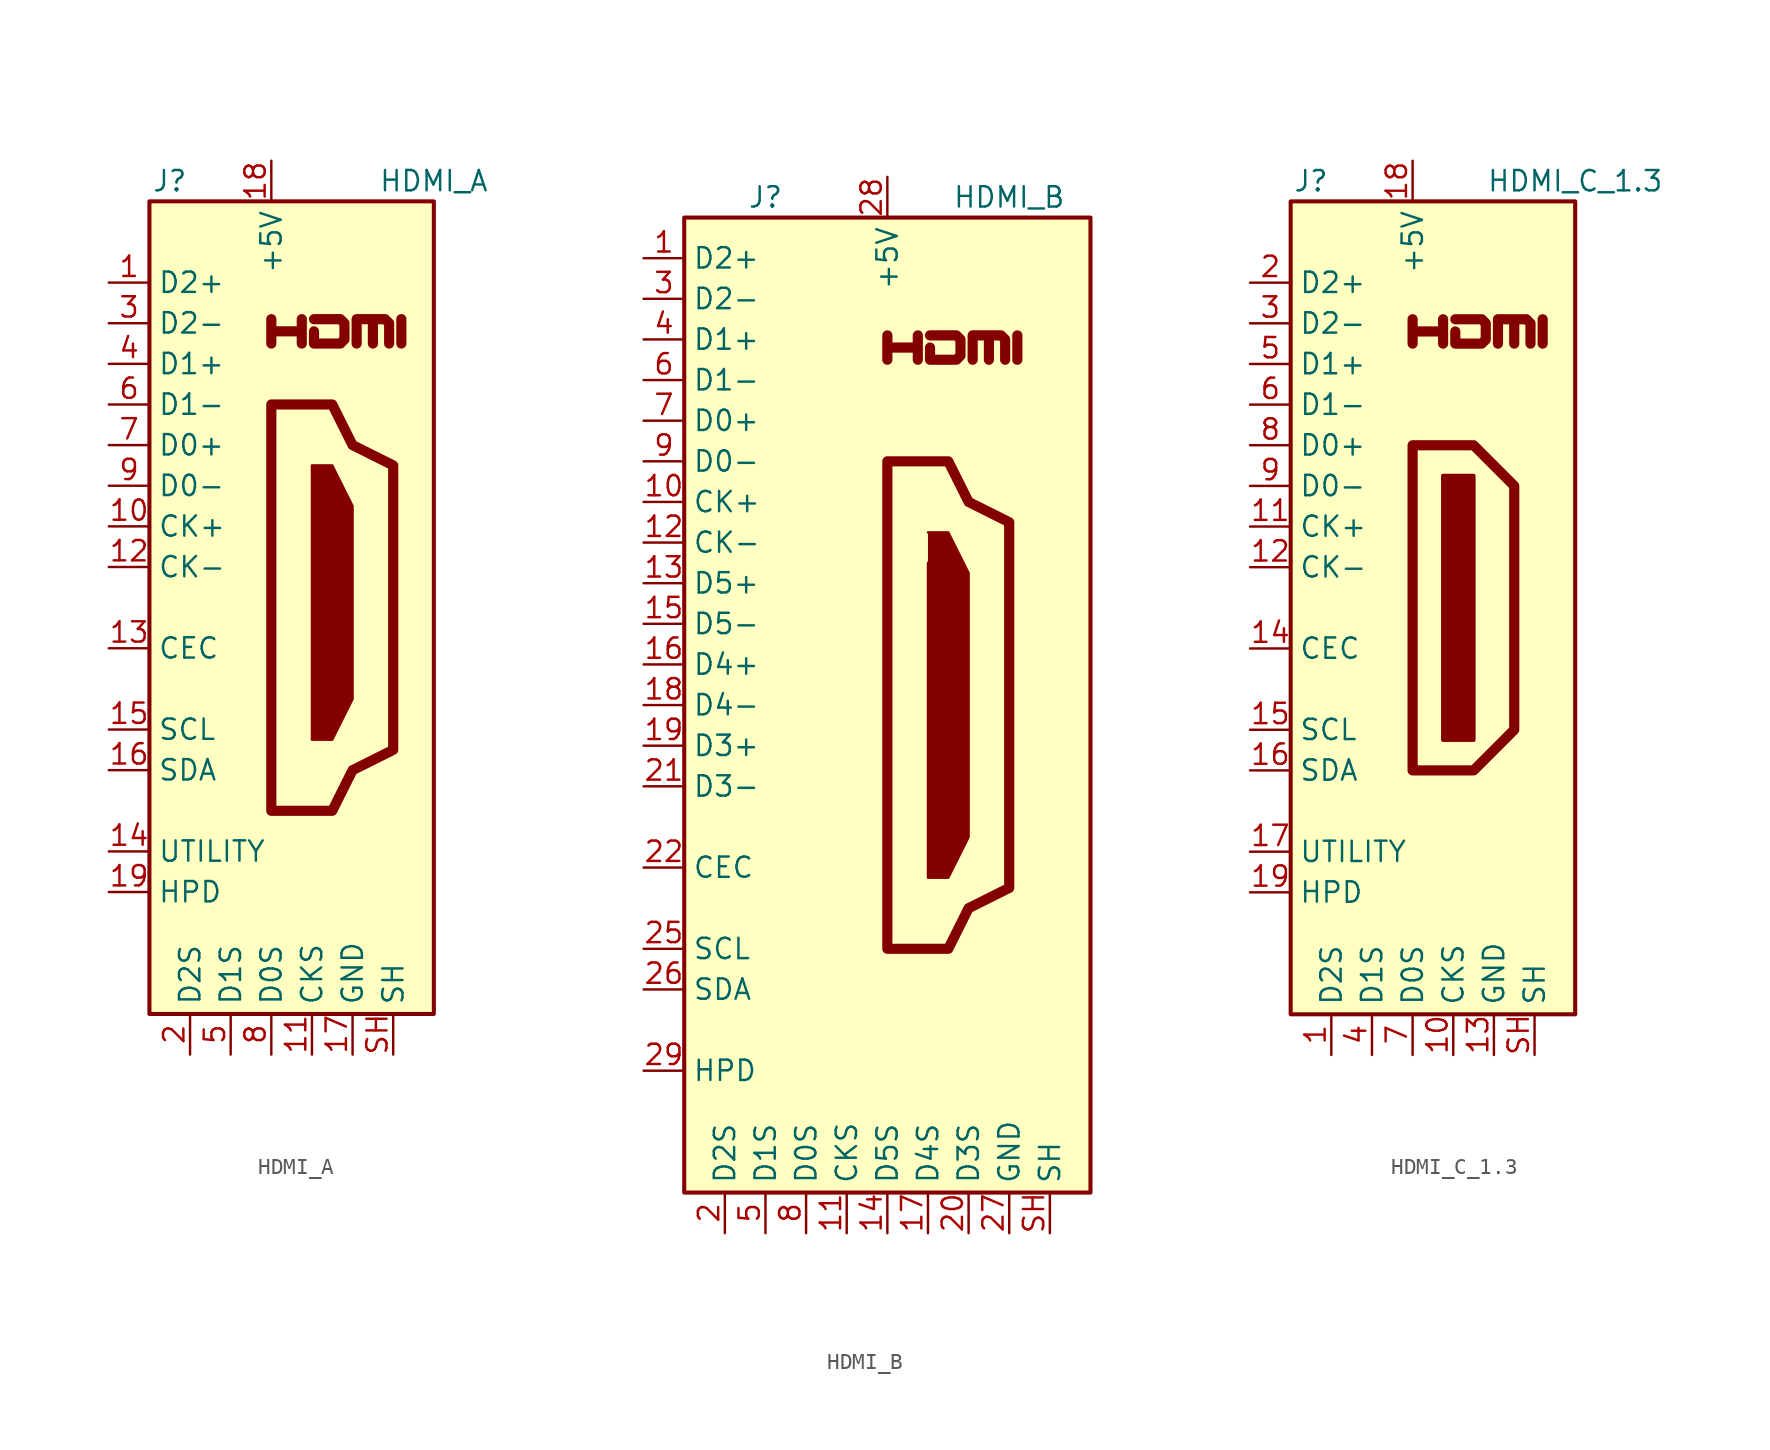
<source format=kicad_sym>
(kicad_symbol_lib
  (version 20210619)
  (generator kicad_symbol_editor)
  (symbol "Connector:HDMI_A"
    (property "Reference" "J"
      (at -6.35 26.67 0)
      (effects (font (size 1.27 1.27))))
    (property "Value" "HDMI_A"
      (at 10.16 26.67 0)
      (effects (font (size 1.27 1.27))))
    (symbol "HDMI_A_0_0"
      (polyline (pts (xy 8.128 16.51) (xy 8.128 18.034)) (stroke (width 0.635)) (fill (type none)))
      (polyline (pts (xy 0 16.51) (xy 0 18.034) (xy 0 17.272) (xy 1.905 17.272) (xy 1.905 18.034) (xy 1.905 16.51)) (stroke (width 0.635)) (fill (type none)))
      (polyline (pts (xy 2.667 18.034) (xy 4.318 18.034) (xy 4.572 17.78) (xy 4.572 16.764) (xy 4.318 16.51) (xy 2.667 16.51) (xy 2.667 17.272)) (stroke (width 0.635)) (fill (type none))))
    (symbol "HDMI_A_0_1"
      (rectangle (start -7.62 25.4) (end 10.16 -25.4) (stroke (width 0.254)) (fill (type background)))
      (polyline (pts (xy 5.334 16.51) (xy 5.334 18.034) (xy 6.35 18.034) (xy 6.35 16.51) (xy 6.35 18.034) (xy 7.112 18.034) (xy 7.366 17.78) (xy 7.366 16.51)) (stroke (width 0.635)) (fill (type none)))
      (polyline (pts (xy 0 12.7) (xy 0 -12.7) (xy 3.81 -12.7) (xy 5.08 -10.16) (xy 7.62 -8.89) (xy 7.62 8.89) (xy 5.08 10.16) (xy 3.81 12.7) (xy 0 12.7)) (stroke (width 0.635)) (fill (type none)))
      (polyline (pts (xy 2.54 8.89) (xy 3.81 8.89) (xy 5.08 6.35) (xy 5.08 -5.715) (xy 3.81 -8.255) (xy 2.54 -8.255) (xy 2.54 8.89)) (stroke (width 0)) (fill (type outline))))
    (symbol "HDMI_A_1_1"
      (pin passive line (at -10.16 20.32 0) (length 2.54) (name "D2+" (effects (font (size 1.27 1.27)))) (number "1" (effects (font (size 1.27 1.27)))))
      (pin passive line (at -10.16 5.08 0) (length 2.54) (name "CK+" (effects (font (size 1.27 1.27)))) (number "10" (effects (font (size 1.27 1.27)))))
      (pin power_in line (at 2.54 -27.94 90) (length 2.54) (name "CKS" (effects (font (size 1.27 1.27)))) (number "11" (effects (font (size 1.27 1.27)))))
      (pin passive line (at -10.16 2.54 0) (length 2.54) (name "CK-" (effects (font (size 1.27 1.27)))) (number "12" (effects (font (size 1.27 1.27)))))
      (pin bidirectional line (at -10.16 -2.54 0) (length 2.54) (name "CEC" (effects (font (size 1.27 1.27)))) (number "13" (effects (font (size 1.27 1.27)))))
      (pin passive line (at -10.16 -15.24 0) (length 2.54) (name "UTILITY" (effects (font (size 1.27 1.27)))) (number "14" (effects (font (size 1.27 1.27)))))
      (pin passive line (at -10.16 -7.62 0) (length 2.54) (name "SCL" (effects (font (size 1.27 1.27)))) (number "15" (effects (font (size 1.27 1.27)))))
      (pin bidirectional line (at -10.16 -10.16 0) (length 2.54) (name "SDA" (effects (font (size 1.27 1.27)))) (number "16" (effects (font (size 1.27 1.27)))))
      (pin power_in line (at 5.08 -27.94 90) (length 2.54) (name "GND" (effects (font (size 1.27 1.27)))) (number "17" (effects (font (size 1.27 1.27)))))
      (pin power_in line (at 0 27.94 270) (length 2.54) (name "+5V" (effects (font (size 1.27 1.27)))) (number "18" (effects (font (size 1.27 1.27)))))
      (pin passive line (at -10.16 -17.78 0) (length 2.54) (name "HPD" (effects (font (size 1.27 1.27)))) (number "19" (effects (font (size 1.27 1.27)))))
      (pin power_in line (at -5.08 -27.94 90) (length 2.54) (name "D2S" (effects (font (size 1.27 1.27)))) (number "2" (effects (font (size 1.27 1.27)))))
      (pin passive line (at -10.16 17.78 0) (length 2.54) (name "D2-" (effects (font (size 1.27 1.27)))) (number "3" (effects (font (size 1.27 1.27)))))
      (pin passive line (at -10.16 15.24 0) (length 2.54) (name "D1+" (effects (font (size 1.27 1.27)))) (number "4" (effects (font (size 1.27 1.27)))))
      (pin power_in line (at -2.54 -27.94 90) (length 2.54) (name "D1S" (effects (font (size 1.27 1.27)))) (number "5" (effects (font (size 1.27 1.27)))))
      (pin passive line (at -10.16 12.7 0) (length 2.54) (name "D1-" (effects (font (size 1.27 1.27)))) (number "6" (effects (font (size 1.27 1.27)))))
      (pin passive line (at -10.16 10.16 0) (length 2.54) (name "D0+" (effects (font (size 1.27 1.27)))) (number "7" (effects (font (size 1.27 1.27)))))
      (pin power_in line (at 0 -27.94 90) (length 2.54) (name "D0S" (effects (font (size 1.27 1.27)))) (number "8" (effects (font (size 1.27 1.27)))))
      (pin passive line (at -10.16 7.62 0) (length 2.54) (name "D0-" (effects (font (size 1.27 1.27)))) (number "9" (effects (font (size 1.27 1.27)))))
      (pin passive line (at 7.62 -27.94 90) (length 2.54) (name "SH" (effects (font (size 1.27 1.27)))) (number "SH" (effects (font (size 1.27 1.27)))))))
  (symbol "Connector:HDMI_B"
    (property "Reference" "J"
      (at -7.62 31.75 0)
      (effects (font (size 1.27 1.27))))
    (property "Value" "HDMI_B"
      (at 7.62 31.75 0)
      (effects (font (size 1.27 1.27))))
    (symbol "HDMI_B_0_0"
      (polyline (pts (xy 8.128 21.59) (xy 8.128 23.114)) (stroke (width 0.635)) (fill (type none)))
      (polyline (pts (xy 0 21.59) (xy 0 23.114) (xy 0 22.352) (xy 1.905 22.352) (xy 1.905 23.114) (xy 1.905 21.59)) (stroke (width 0.635)) (fill (type none)))
      (polyline (pts (xy 2.667 23.114) (xy 4.318 23.114) (xy 4.572 22.86) (xy 4.572 21.844) (xy 4.318 21.59) (xy 2.667 21.59) (xy 2.667 22.352)) (stroke (width 0.635)) (fill (type none))))
    (symbol "HDMI_B_0_1"
      (rectangle (start -12.7 30.48) (end 12.7 -30.48) (stroke (width 0.254)) (fill (type background)))
      (polyline (pts (xy 5.334 21.59) (xy 5.334 23.114) (xy 6.35 23.114) (xy 6.35 21.59) (xy 6.35 23.114) (xy 7.112 23.114) (xy 7.366 22.86) (xy 7.366 21.59)) (stroke (width 0.635)) (fill (type none)))
      (polyline (pts (xy 0 15.24) (xy 0 -15.24) (xy 3.81 -15.24) (xy 5.08 -12.7) (xy 7.62 -11.43) (xy 7.62 11.43) (xy 5.08 12.7) (xy 3.81 15.24) (xy 0 15.24)) (stroke (width 0.635)) (fill (type none)))
      (polyline (pts (xy 2.54 10.795) (xy 3.81 10.795) (xy 5.08 8.255) (xy 5.08 -8.255) (xy 3.81 -10.795) (xy 2.54 -10.795) (xy 2.54 8.89)) (stroke (width 0)) (fill (type outline))))
    (symbol "HDMI_B_1_1"
      (pin passive line (at -15.24 27.94 0) (length 2.54) (name "D2+" (effects (font (size 1.27 1.27)))) (number "1" (effects (font (size 1.27 1.27)))))
      (pin passive line (at -15.24 12.7 0) (length 2.54) (name "CK+" (effects (font (size 1.27 1.27)))) (number "10" (effects (font (size 1.27 1.27)))))
      (pin power_in line (at -2.54 -33.02 90) (length 2.54) (name "CKS" (effects (font (size 1.27 1.27)))) (number "11" (effects (font (size 1.27 1.27)))))
      (pin passive line (at -15.24 10.16 0) (length 2.54) (name "CK-" (effects (font (size 1.27 1.27)))) (number "12" (effects (font (size 1.27 1.27)))))
      (pin passive line (at -15.24 7.62 0) (length 2.54) (name "D5+" (effects (font (size 1.27 1.27)))) (number "13" (effects (font (size 1.27 1.27)))))
      (pin power_in line (at 0 -33.02 90) (length 2.54) (name "D5S" (effects (font (size 1.27 1.27)))) (number "14" (effects (font (size 1.27 1.27)))))
      (pin passive line (at -15.24 5.08 0) (length 2.54) (name "D5-" (effects (font (size 1.27 1.27)))) (number "15" (effects (font (size 1.27 1.27)))))
      (pin passive line (at -15.24 2.54 0) (length 2.54) (name "D4+" (effects (font (size 1.27 1.27)))) (number "16" (effects (font (size 1.27 1.27)))))
      (pin power_in line (at 2.54 -33.02 90) (length 2.54) (name "D4S" (effects (font (size 1.27 1.27)))) (number "17" (effects (font (size 1.27 1.27)))))
      (pin passive line (at -15.24 0 0) (length 2.54) (name "D4-" (effects (font (size 1.27 1.27)))) (number "18" (effects (font (size 1.27 1.27)))))
      (pin passive line (at -15.24 -2.54 0) (length 2.54) (name "D3+" (effects (font (size 1.27 1.27)))) (number "19" (effects (font (size 1.27 1.27)))))
      (pin power_in line (at -10.16 -33.02 90) (length 2.54) (name "D2S" (effects (font (size 1.27 1.27)))) (number "2" (effects (font (size 1.27 1.27)))))
      (pin power_in line (at 5.08 -33.02 90) (length 2.54) (name "D3S" (effects (font (size 1.27 1.27)))) (number "20" (effects (font (size 1.27 1.27)))))
      (pin passive line (at -15.24 -5.08 0) (length 2.54) (name "D3-" (effects (font (size 1.27 1.27)))) (number "21" (effects (font (size 1.27 1.27)))))
      (pin bidirectional line (at -15.24 -10.16 0) (length 2.54) (name "CEC" (effects (font (size 1.27 1.27)))) (number "22" (effects (font (size 1.27 1.27)))))
      (pin no_connect line (at -12.7 -12.7 0) (length 2.54) hide (name "NC" (effects (font (size 1.27 1.27)))) (number "23" (effects (font (size 1.27 1.27)))))
      (pin no_connect line (at -12.7 -20.32 0) (length 2.54) hide (name "NC" (effects (font (size 1.27 1.27)))) (number "24" (effects (font (size 1.27 1.27)))))
      (pin passive line (at -15.24 -15.24 0) (length 2.54) (name "SCL" (effects (font (size 1.27 1.27)))) (number "25" (effects (font (size 1.27 1.27)))))
      (pin bidirectional line (at -15.24 -17.78 0) (length 2.54) (name "SDA" (effects (font (size 1.27 1.27)))) (number "26" (effects (font (size 1.27 1.27)))))
      (pin power_in line (at 7.62 -33.02 90) (length 2.54) (name "GND" (effects (font (size 1.27 1.27)))) (number "27" (effects (font (size 1.27 1.27)))))
      (pin power_in line (at 0 33.02 270) (length 2.54) (name "+5V" (effects (font (size 1.27 1.27)))) (number "28" (effects (font (size 1.27 1.27)))))
      (pin passive line (at -15.24 -22.86 0) (length 2.54) (name "HPD" (effects (font (size 1.27 1.27)))) (number "29" (effects (font (size 1.27 1.27)))))
      (pin passive line (at -15.24 25.4 0) (length 2.54) (name "D2-" (effects (font (size 1.27 1.27)))) (number "3" (effects (font (size 1.27 1.27)))))
      (pin passive line (at -15.24 22.86 0) (length 2.54) (name "D1+" (effects (font (size 1.27 1.27)))) (number "4" (effects (font (size 1.27 1.27)))))
      (pin power_in line (at -7.62 -33.02 90) (length 2.54) (name "D1S" (effects (font (size 1.27 1.27)))) (number "5" (effects (font (size 1.27 1.27)))))
      (pin passive line (at -15.24 20.32 0) (length 2.54) (name "D1-" (effects (font (size 1.27 1.27)))) (number "6" (effects (font (size 1.27 1.27)))))
      (pin passive line (at -15.24 17.78 0) (length 2.54) (name "D0+" (effects (font (size 1.27 1.27)))) (number "7" (effects (font (size 1.27 1.27)))))
      (pin power_in line (at -5.08 -33.02 90) (length 2.54) (name "D0S" (effects (font (size 1.27 1.27)))) (number "8" (effects (font (size 1.27 1.27)))))
      (pin passive line (at -15.24 15.24 0) (length 2.54) (name "D0-" (effects (font (size 1.27 1.27)))) (number "9" (effects (font (size 1.27 1.27)))))
      (pin passive line (at 10.16 -33.02 90) (length 2.54) (name "SH" (effects (font (size 1.27 1.27)))) (number "SH" (effects (font (size 1.27 1.27)))))))
  (symbol "Connector:HDMI_C_1.3"
    (property "Reference" "J"
      (at -6.35 26.67 0)
      (effects (font (size 1.27 1.27))))
    (property "Value" "HDMI_C_1.3"
      (at 10.16 26.67 0)
      (effects (font (size 1.27 1.27))))
    (symbol "HDMI_C_1.3_0_0"
      (polyline (pts (xy 8.128 16.51) (xy 8.128 18.034)) (stroke (width 0.635)) (fill (type none)))
      (polyline (pts (xy 0 16.51) (xy 0 18.034) (xy 0 17.272) (xy 1.905 17.272) (xy 1.905 18.034) (xy 1.905 16.51)) (stroke (width 0.635)) (fill (type none)))
      (polyline (pts (xy 2.667 18.034) (xy 4.318 18.034) (xy 4.572 17.78) (xy 4.572 16.764) (xy 4.318 16.51) (xy 2.667 16.51) (xy 2.667 17.272)) (stroke (width 0.635)) (fill (type none))))
    (symbol "HDMI_C_1.3_0_1"
      (rectangle (start 1.905 8.255) (end 3.81 -8.255) (stroke (width 0.254)) (fill (type outline)))
      (rectangle (start -7.62 25.4) (end 10.16 -25.4) (stroke (width 0.254)) (fill (type background)))
      (polyline (pts (xy 0 10.16) (xy 3.81 10.16) (xy 6.35 7.62) (xy 6.35 -7.62) (xy 3.81 -10.16) (xy 0 -10.16) (xy 0 10.16)) (stroke (width 0.635)) (fill (type none)))
      (polyline (pts (xy 5.334 16.51) (xy 5.334 18.034) (xy 6.35 18.034) (xy 6.35 16.51) (xy 6.35 18.034) (xy 7.112 18.034) (xy 7.366 17.78) (xy 7.366 16.51)) (stroke (width 0.635)) (fill (type none))))
    (symbol "HDMI_C_1.3_1_1"
      (pin power_in line (at -5.08 -27.94 90) (length 2.54) (name "D2S" (effects (font (size 1.27 1.27)))) (number "1" (effects (font (size 1.27 1.27)))))
      (pin power_in line (at 2.54 -27.94 90) (length 2.54) (name "CKS" (effects (font (size 1.27 1.27)))) (number "10" (effects (font (size 1.27 1.27)))))
      (pin passive line (at -10.16 5.08 0) (length 2.54) (name "CK+" (effects (font (size 1.27 1.27)))) (number "11" (effects (font (size 1.27 1.27)))))
      (pin passive line (at -10.16 2.54 0) (length 2.54) (name "CK-" (effects (font (size 1.27 1.27)))) (number "12" (effects (font (size 1.27 1.27)))))
      (pin power_in line (at 5.08 -27.94 90) (length 2.54) (name "GND" (effects (font (size 1.27 1.27)))) (number "13" (effects (font (size 1.27 1.27)))))
      (pin bidirectional line (at -10.16 -2.54 0) (length 2.54) (name "CEC" (effects (font (size 1.27 1.27)))) (number "14" (effects (font (size 1.27 1.27)))))
      (pin passive line (at -10.16 -7.62 0) (length 2.54) (name "SCL" (effects (font (size 1.27 1.27)))) (number "15" (effects (font (size 1.27 1.27)))))
      (pin bidirectional line (at -10.16 -10.16 0) (length 2.54) (name "SDA" (effects (font (size 1.27 1.27)))) (number "16" (effects (font (size 1.27 1.27)))))
      (pin passive line (at -10.16 -15.24 0) (length 2.54) (name "UTILITY" (effects (font (size 1.27 1.27)))) (number "17" (effects (font (size 1.27 1.27)))))
      (pin power_in line (at 0 27.94 270) (length 2.54) (name "+5V" (effects (font (size 1.27 1.27)))) (number "18" (effects (font (size 1.27 1.27)))))
      (pin passive line (at -10.16 -17.78 0) (length 2.54) (name "HPD" (effects (font (size 1.27 1.27)))) (number "19" (effects (font (size 1.27 1.27)))))
      (pin passive line (at -10.16 20.32 0) (length 2.54) (name "D2+" (effects (font (size 1.27 1.27)))) (number "2" (effects (font (size 1.27 1.27)))))
      (pin passive line (at -10.16 17.78 0) (length 2.54) (name "D2-" (effects (font (size 1.27 1.27)))) (number "3" (effects (font (size 1.27 1.27)))))
      (pin power_in line (at -2.54 -27.94 90) (length 2.54) (name "D1S" (effects (font (size 1.27 1.27)))) (number "4" (effects (font (size 1.27 1.27)))))
      (pin passive line (at -10.16 15.24 0) (length 2.54) (name "D1+" (effects (font (size 1.27 1.27)))) (number "5" (effects (font (size 1.27 1.27)))))
      (pin passive line (at -10.16 12.7 0) (length 2.54) (name "D1-" (effects (font (size 1.27 1.27)))) (number "6" (effects (font (size 1.27 1.27)))))
      (pin power_in line (at 0 -27.94 90) (length 2.54) (name "D0S" (effects (font (size 1.27 1.27)))) (number "7" (effects (font (size 1.27 1.27)))))
      (pin passive line (at -10.16 10.16 0) (length 2.54) (name "D0+" (effects (font (size 1.27 1.27)))) (number "8" (effects (font (size 1.27 1.27)))))
      (pin passive line (at -10.16 7.62 0) (length 2.54) (name "D0-" (effects (font (size 1.27 1.27)))) (number "9" (effects (font (size 1.27 1.27)))))
      (pin passive line (at 7.62 -27.94 90) (length 2.54) (name "SH" (effects (font (size 1.27 1.27)))) (number "SH" (effects (font (size 1.27 1.27))))))))
</source>
